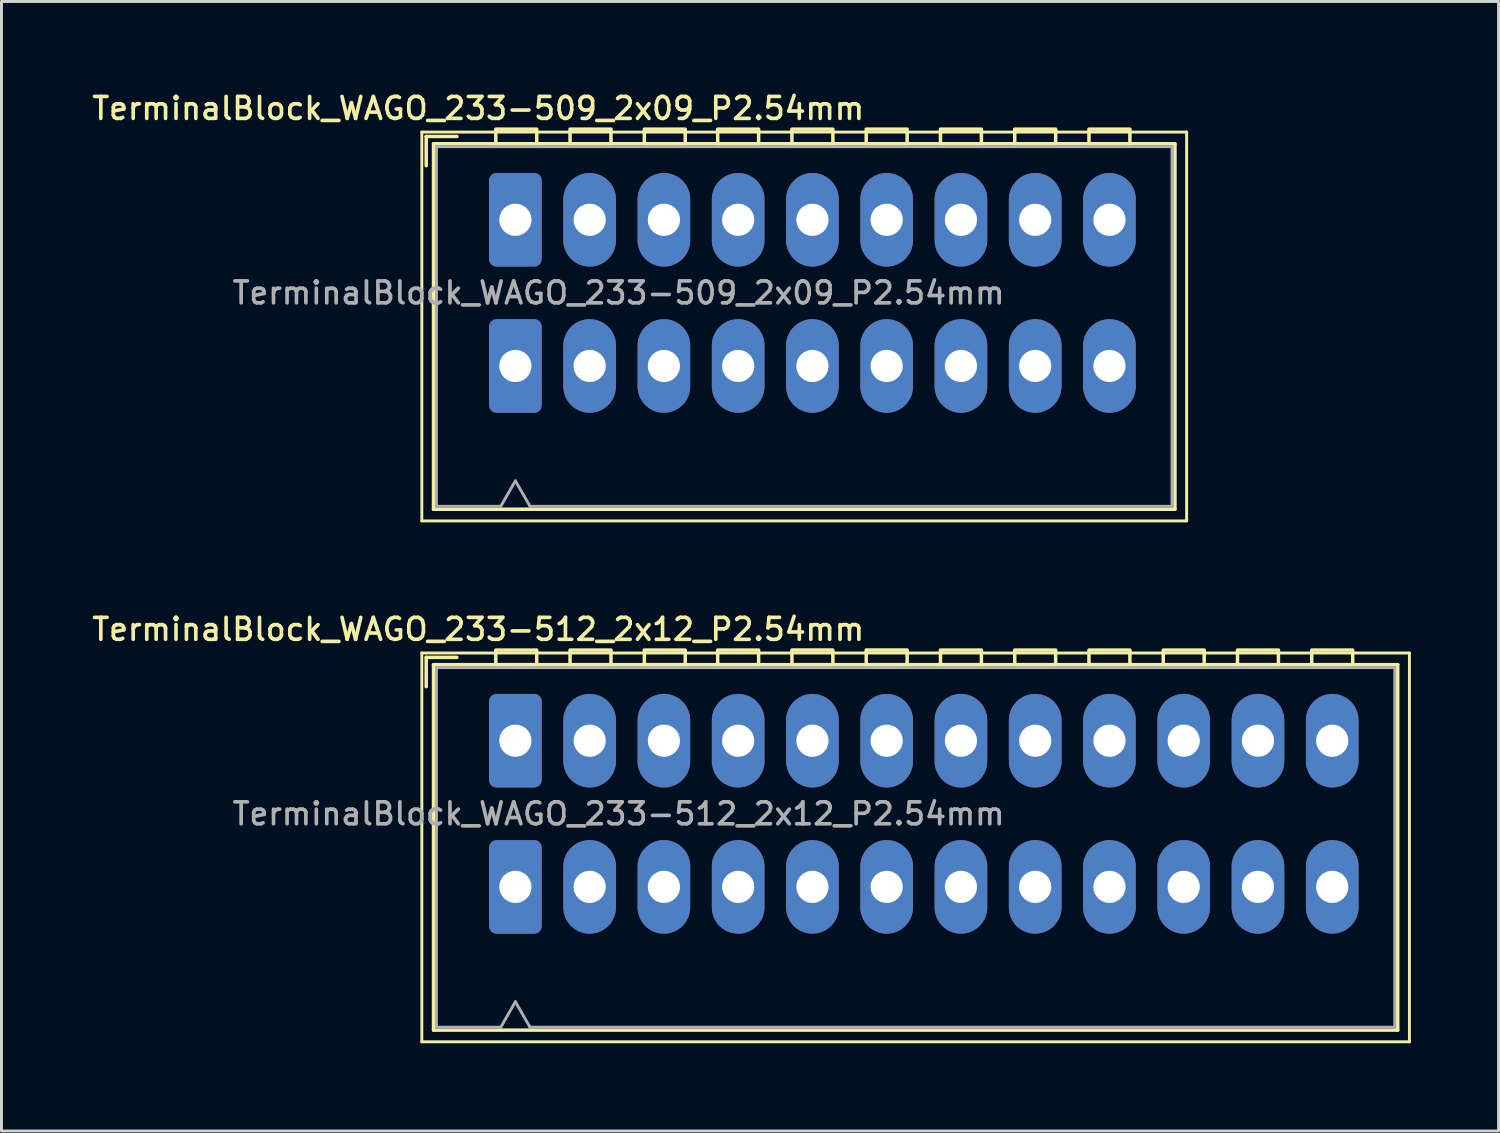
<source format=kicad_pcb>
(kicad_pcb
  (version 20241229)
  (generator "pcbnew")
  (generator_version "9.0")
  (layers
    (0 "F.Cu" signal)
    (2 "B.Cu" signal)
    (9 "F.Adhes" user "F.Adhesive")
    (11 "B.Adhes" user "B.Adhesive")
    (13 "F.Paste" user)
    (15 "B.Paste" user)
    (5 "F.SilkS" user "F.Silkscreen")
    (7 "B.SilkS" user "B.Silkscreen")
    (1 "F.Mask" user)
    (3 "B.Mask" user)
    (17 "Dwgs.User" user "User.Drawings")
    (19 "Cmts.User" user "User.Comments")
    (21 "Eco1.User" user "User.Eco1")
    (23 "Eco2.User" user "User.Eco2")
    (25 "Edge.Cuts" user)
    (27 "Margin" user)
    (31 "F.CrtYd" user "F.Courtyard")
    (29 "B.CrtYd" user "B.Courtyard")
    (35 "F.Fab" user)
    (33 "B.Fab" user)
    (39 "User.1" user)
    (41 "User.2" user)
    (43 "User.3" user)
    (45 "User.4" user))
  (footprint "TerminalBlock_WAGO_233-512_2x12_P2.54mm"
    (layer "F.Cu")
    (at 14.579 22.286)
    (property "Reference" "TerminalBlock_WAGO_233-512_2x12_P2.54mm" (at -1.27 -3.81 0) (layer "F.SilkS") (effects (font (size 0.75 0.75) (thickness 0.125))))
    (attr through_hole)
    (fp_line (start -3.2 -3) (end 30.58 -3) (stroke (width 0.1) (type solid)) (layer "F.SilkS"))
    (fp_line (start -3.2 10.3) (end -3.2 -3) (stroke (width 0.1) (type solid)) (layer "F.SilkS"))
    (fp_line (start -3.05 -2.85) (end -3.05 -1.85) (stroke (width 0.12) (type default)) (layer "F.SilkS"))
    (fp_line (start -3.05 -2.85) (end -2 -2.85) (stroke (width 0.12) (type default)) (layer "F.SilkS"))
    (fp_line (start -2.8 -2.6) (end 30.18 -2.6) (stroke (width 0.12) (type solid)) (layer "F.SilkS"))
    (fp_line (start -2.8 9.9) (end -2.8 -2.6) (stroke (width 0.12) (type solid)) (layer "F.SilkS"))
    (fp_line (start 30.18 -2.6) (end 30.18 9.9) (stroke (width 0.12) (type solid)) (layer "F.SilkS"))
    (fp_line (start 30.18 9.9) (end -2.8 9.9) (stroke (width 0.12) (type solid)) (layer "F.SilkS"))
    (fp_line (start 30.58 -3) (end 30.58 10.3) (stroke (width 0.1) (type solid)) (layer "F.SilkS"))
    (fp_line (start 30.58 10.3) (end -3.2 10.3) (stroke (width 0.1) (type solid)) (layer "F.SilkS"))
    (fp_rect (start -0.67 -3.1) (end 0.73 -2.6) (stroke (width 0.12) (type default)) (fill no) (layer "F.SilkS"))
    (fp_rect (start 1.87 -3.1) (end 3.27 -2.6) (stroke (width 0.12) (type default)) (fill no) (layer "F.SilkS"))
    (fp_rect (start 4.41 -3.1) (end 5.81 -2.6) (stroke (width 0.12) (type default)) (fill no) (layer "F.SilkS"))
    (fp_rect (start 6.92 -3.1) (end 8.32 -2.6) (stroke (width 0.12) (type default)) (fill no) (layer "F.SilkS"))
    (fp_rect (start 9.46 -3.101) (end 10.86 -2.601) (stroke (width 0.12) (type default)) (fill no) (layer "F.SilkS"))
    (fp_rect (start 12 -3.101) (end 13.4 -2.601) (stroke (width 0.12) (type default)) (fill no) (layer "F.SilkS"))
    (fp_rect (start 14.54 -3.1) (end 15.94 -2.6) (stroke (width 0.12) (type default)) (fill no) (layer "F.SilkS"))
    (fp_rect (start 17.08 -3.1) (end 18.48 -2.6) (stroke (width 0.12) (type default)) (fill no) (layer "F.SilkS"))
    (fp_rect (start 19.62 -3.1) (end 21.02 -2.6) (stroke (width 0.12) (type default)) (fill no) (layer "F.SilkS"))
    (fp_rect (start 22.16 -3.1) (end 23.56 -2.6) (stroke (width 0.12) (type default)) (fill no) (layer "F.SilkS"))
    (fp_rect (start 24.7 -3.1) (end 26.1 -2.6) (stroke (width 0.12) (type default)) (fill no) (layer "F.SilkS"))
    (fp_rect (start 27.24 -3.1) (end 28.64 -2.6) (stroke (width 0.12) (type default)) (fill no) (layer "F.SilkS"))
    (fp_line (start -2.7 -2.5) (end 30.08 -2.5) (stroke (width 0.1) (type default)) (layer "F.Fab"))
    (fp_line (start -2.7 9.8) (end -2.7 -2.5) (stroke (width 0.1) (type default)) (layer "F.Fab"))
    (fp_line (start -2.7 9.8) (end -0.5 9.8) (stroke (width 0.1) (type default)) (layer "F.Fab"))
    (fp_line (start 0 8.93) (end -0.5 9.8) (stroke (width 0.1) (type default)) (layer "F.Fab"))
    (fp_line (start 0.5 9.8) (end 0 8.93) (stroke (width 0.1) (type default)) (layer "F.Fab"))
    (fp_line (start 0.5 9.8) (end 30.08 9.8) (stroke (width 0.1) (type default)) (layer "F.Fab"))
    (fp_line (start 30.08 -2.5) (end 30.08 9.8) (stroke (width 0.1) (type default)) (layer "F.Fab"))
    (fp_text user "${REFERENCE}" (at 3.53 2.5 0) (layer "F.Fab") (effects (font (size 0.75 0.75) (thickness 0.125))))
    (pad "1" thru_hole roundrect (at 0 0) (size 1.8 3.2) (drill 1.1) (layers "*.Cu" "*.Mask") (roundrect_rratio 0.139))
    (pad "1" thru_hole roundrect (at 0 5) (size 1.8 3.2) (drill 1.1) (layers "*.Cu" "*.Mask") (roundrect_rratio 0.139))
    (pad "2" thru_hole oval (at 2.54 0) (size 1.8 3.2) (drill 1.1) (layers "*.Cu" "*.Mask"))
    (pad "2" thru_hole oval (at 2.54 5) (size 1.8 3.2) (drill 1.1) (layers "*.Cu" "*.Mask"))
    (pad "3" thru_hole oval (at 5.08 0) (size 1.8 3.2) (drill 1.1) (layers "*.Cu" "*.Mask"))
    (pad "3" thru_hole oval (at 5.08 5) (size 1.8 3.2) (drill 1.1) (layers "*.Cu" "*.Mask"))
    (pad "4" thru_hole oval (at 7.62 0) (size 1.8 3.2) (drill 1.1) (layers "*.Cu" "*.Mask"))
    (pad "4" thru_hole oval (at 7.62 5) (size 1.8 3.2) (drill 1.1) (layers "*.Cu" "*.Mask"))
    (pad "5" thru_hole oval (at 10.16 0) (size 1.8 3.2) (drill 1.1) (layers "*.Cu" "*.Mask"))
    (pad "5" thru_hole oval (at 10.16 5) (size 1.8 3.2) (drill 1.1) (layers "*.Cu" "*.Mask"))
    (pad "6" thru_hole oval (at 12.7 0) (size 1.8 3.2) (drill 1.1) (layers "*.Cu" "*.Mask"))
    (pad "6" thru_hole oval (at 12.7 5) (size 1.8 3.2) (drill 1.1) (layers "*.Cu" "*.Mask"))
    (pad "7" thru_hole oval (at 15.24 0) (size 1.8 3.2) (drill 1.1) (layers "*.Cu" "*.Mask"))
    (pad "7" thru_hole oval (at 15.24 5) (size 1.8 3.2) (drill 1.1) (layers "*.Cu" "*.Mask"))
    (pad "8" thru_hole oval (at 17.78 0) (size 1.8 3.2) (drill 1.1) (layers "*.Cu" "*.Mask"))
    (pad "8" thru_hole oval (at 17.78 5) (size 1.8 3.2) (drill 1.1) (layers "*.Cu" "*.Mask"))
    (pad "9" thru_hole oval (at 20.32 0) (size 1.8 3.2) (drill 1.1) (layers "*.Cu" "*.Mask"))
    (pad "9" thru_hole oval (at 20.32 5) (size 1.8 3.2) (drill 1.1) (layers "*.Cu" "*.Mask"))
    (pad "10" thru_hole oval (at 22.86 0) (size 1.8 3.2) (drill 1.1) (layers "*.Cu" "*.Mask"))
    (pad "10" thru_hole oval (at 22.86 5) (size 1.8 3.2) (drill 1.1) (layers "*.Cu" "*.Mask"))
    (pad "11" thru_hole oval (at 25.4 0) (size 1.8 3.2) (drill 1.1) (layers "*.Cu" "*.Mask"))
    (pad "11" thru_hole oval (at 25.4 5) (size 1.8 3.2) (drill 1.1) (layers "*.Cu" "*.Mask"))
    (pad "12" thru_hole oval (at 27.94 0) (size 1.8 3.2) (drill 1.1) (layers "*.Cu" "*.Mask"))
    (pad "12" thru_hole oval (at 27.94 5) (size 1.8 3.2) (drill 1.1) (layers "*.Cu" "*.Mask")))
  (footprint "TerminalBlock_WAGO_233-509_2x09_P2.54mm"
    (layer "F.Cu")
    (at 14.579 4.468)
    (property "Reference" "TerminalBlock_WAGO_233-509_2x09_P2.54mm" (at -1.27 -3.81 0) (layer "F.SilkS") (effects (font (size 0.75 0.75) (thickness 0.125))))
    (attr through_hole)
    (fp_line (start -3.2 -3) (end 22.96 -3) (stroke (width 0.1) (type solid)) (layer "F.SilkS"))
    (fp_line (start -3.2 10.3) (end -3.2 -3) (stroke (width 0.1) (type solid)) (layer "F.SilkS"))
    (fp_line (start -3.05 -2.85) (end -3.05 -1.85) (stroke (width 0.12) (type default)) (layer "F.SilkS"))
    (fp_line (start -3.05 -2.85) (end -2 -2.85) (stroke (width 0.12) (type default)) (layer "F.SilkS"))
    (fp_line (start -2.8 -2.6) (end 22.56 -2.6) (stroke (width 0.12) (type solid)) (layer "F.SilkS"))
    (fp_line (start -2.8 9.9) (end -2.8 -2.6) (stroke (width 0.12) (type solid)) (layer "F.SilkS"))
    (fp_line (start 22.56 -2.6) (end 22.56 9.9) (stroke (width 0.12) (type solid)) (layer "F.SilkS"))
    (fp_line (start 22.56 9.9) (end -2.8 9.9) (stroke (width 0.12) (type solid)) (layer "F.SilkS"))
    (fp_line (start 22.96 -3) (end 22.96 10.3) (stroke (width 0.1) (type solid)) (layer "F.SilkS"))
    (fp_line (start 22.96 10.3) (end -3.2 10.3) (stroke (width 0.1) (type solid)) (layer "F.SilkS"))
    (fp_rect (start -0.67 -3.1) (end 0.73 -2.6) (stroke (width 0.12) (type default)) (fill no) (layer "F.SilkS"))
    (fp_rect (start 1.87 -3.1) (end 3.27 -2.6) (stroke (width 0.12) (type default)) (fill no) (layer "F.SilkS"))
    (fp_rect (start 4.41 -3.1) (end 5.81 -2.6) (stroke (width 0.12) (type default)) (fill no) (layer "F.SilkS"))
    (fp_rect (start 6.92 -3.1) (end 8.32 -2.6) (stroke (width 0.12) (type default)) (fill no) (layer "F.SilkS"))
    (fp_rect (start 9.46 -3.101) (end 10.86 -2.601) (stroke (width 0.12) (type default)) (fill no) (layer "F.SilkS"))
    (fp_rect (start 12 -3.101) (end 13.4 -2.601) (stroke (width 0.12) (type default)) (fill no) (layer "F.SilkS"))
    (fp_rect (start 14.54 -3.1) (end 15.94 -2.6) (stroke (width 0.12) (type default)) (fill no) (layer "F.SilkS"))
    (fp_rect (start 17.08 -3.1) (end 18.48 -2.6) (stroke (width 0.12) (type default)) (fill no) (layer "F.SilkS"))
    (fp_rect (start 19.62 -3.1) (end 21.02 -2.6) (stroke (width 0.12) (type default)) (fill no) (layer "F.SilkS"))
    (fp_line (start -2.7 -2.5) (end 22.46 -2.5) (stroke (width 0.1) (type default)) (layer "F.Fab"))
    (fp_line (start -2.7 9.8) (end -2.7 -2.5) (stroke (width 0.1) (type default)) (layer "F.Fab"))
    (fp_line (start -2.7 9.8) (end -0.5 9.8) (stroke (width 0.1) (type default)) (layer "F.Fab"))
    (fp_line (start 0 8.93) (end -0.5 9.8) (stroke (width 0.1) (type default)) (layer "F.Fab"))
    (fp_line (start 0.5 9.8) (end 0 8.93) (stroke (width 0.1) (type default)) (layer "F.Fab"))
    (fp_line (start 0.5 9.8) (end 22.46 9.8) (stroke (width 0.1) (type default)) (layer "F.Fab"))
    (fp_line (start 22.46 -2.5) (end 22.46 9.8) (stroke (width 0.1) (type default)) (layer "F.Fab"))
    (fp_text user "${REFERENCE}" (at 3.53 2.5 0) (layer "F.Fab") (effects (font (size 0.75 0.75) (thickness 0.125))))
    (pad "1" thru_hole roundrect (at 0 0) (size 1.8 3.2) (drill 1.1) (layers "*.Cu" "*.Mask") (roundrect_rratio 0.139))
    (pad "1" thru_hole roundrect (at 0 5) (size 1.8 3.2) (drill 1.1) (layers "*.Cu" "*.Mask") (roundrect_rratio 0.139))
    (pad "2" thru_hole oval (at 2.54 0) (size 1.8 3.2) (drill 1.1) (layers "*.Cu" "*.Mask"))
    (pad "2" thru_hole oval (at 2.54 5) (size 1.8 3.2) (drill 1.1) (layers "*.Cu" "*.Mask"))
    (pad "3" thru_hole oval (at 5.08 0) (size 1.8 3.2) (drill 1.1) (layers "*.Cu" "*.Mask"))
    (pad "3" thru_hole oval (at 5.08 5) (size 1.8 3.2) (drill 1.1) (layers "*.Cu" "*.Mask"))
    (pad "4" thru_hole oval (at 7.62 0) (size 1.8 3.2) (drill 1.1) (layers "*.Cu" "*.Mask"))
    (pad "4" thru_hole oval (at 7.62 5) (size 1.8 3.2) (drill 1.1) (layers "*.Cu" "*.Mask"))
    (pad "5" thru_hole oval (at 10.16 0) (size 1.8 3.2) (drill 1.1) (layers "*.Cu" "*.Mask"))
    (pad "5" thru_hole oval (at 10.16 5) (size 1.8 3.2) (drill 1.1) (layers "*.Cu" "*.Mask"))
    (pad "6" thru_hole oval (at 12.7 0) (size 1.8 3.2) (drill 1.1) (layers "*.Cu" "*.Mask"))
    (pad "6" thru_hole oval (at 12.7 5) (size 1.8 3.2) (drill 1.1) (layers "*.Cu" "*.Mask"))
    (pad "7" thru_hole oval (at 15.24 0) (size 1.8 3.2) (drill 1.1) (layers "*.Cu" "*.Mask"))
    (pad "7" thru_hole oval (at 15.24 5) (size 1.8 3.2) (drill 1.1) (layers "*.Cu" "*.Mask"))
    (pad "8" thru_hole oval (at 17.78 0) (size 1.8 3.2) (drill 1.1) (layers "*.Cu" "*.Mask"))
    (pad "8" thru_hole oval (at 17.78 5) (size 1.8 3.2) (drill 1.1) (layers "*.Cu" "*.Mask"))
    (pad "9" thru_hole oval (at 20.32 0) (size 1.8 3.2) (drill 1.1) (layers "*.Cu" "*.Mask"))
    (pad "9" thru_hole oval (at 20.32 5) (size 1.8 3.2) (drill 1.1) (layers "*.Cu" "*.Mask")))
  (gr_rect
    (start -3 -3)
    (end 48.209 35.636)
    (stroke (width 0.1) (type default))
    (fill no)
    (layer "Edge.Cuts")))
</source>
